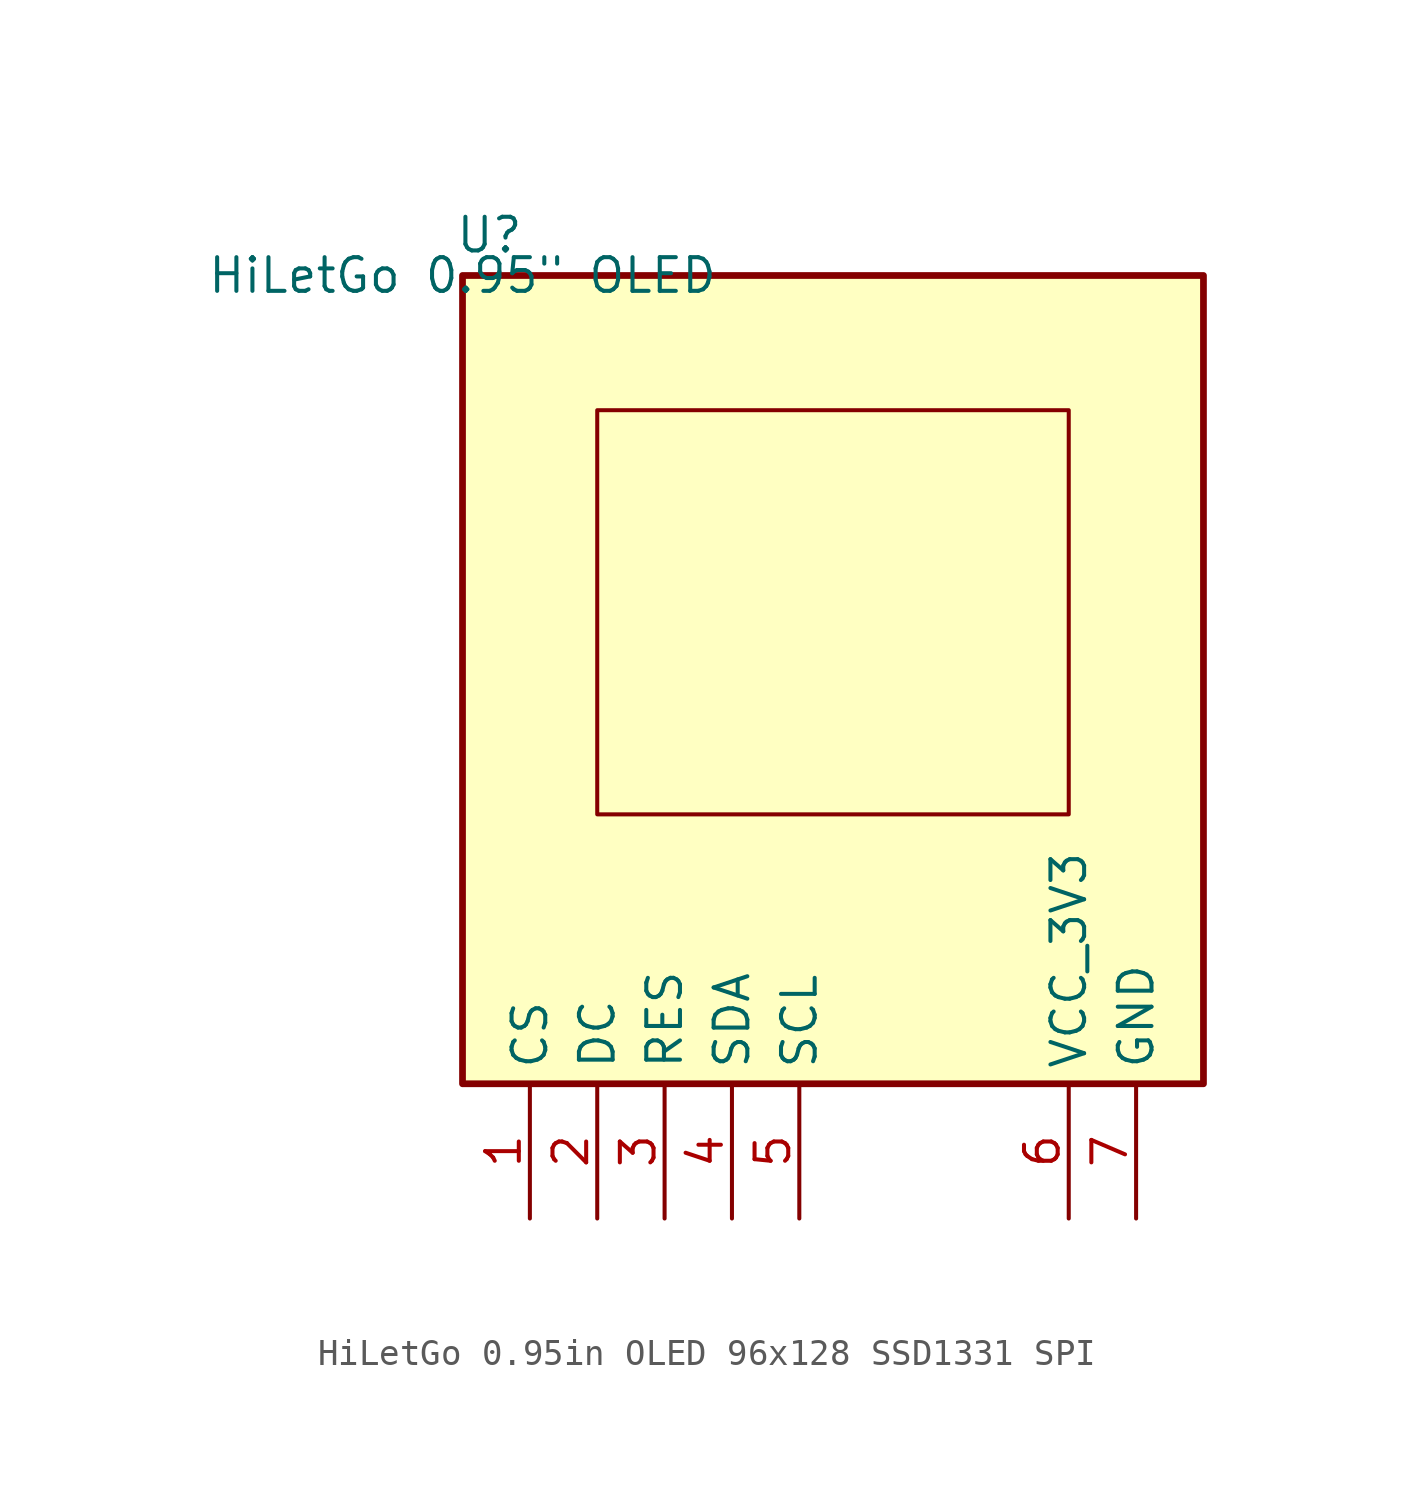
<source format=kicad_sym>
(kicad_symbol_lib
  (version 20231120)
  (generator "kicad_symbol_editor")
  (generator_version "8.0")
  (symbol "HiLetGo 0.95in OLED 96x128 SSD1331 SPI"
    (property "Reference" "U"
      (at 1.016 1.524 0)
      (effects (font (size 1.27 1.27))))
    (property "Value" "HiLetGo 0.95\" OLED"
      (at 0 0 0)
      (effects (font (size 1.27 1.27))))
    (symbol "HiLetGo 0.95in OLED 96x128 SSD1331 SPI_0_1"
      (rectangle (start 5.08 -5.08) (end 22.86 -20.32) (stroke (width 0) (type default)) (fill (type none))))
    (symbol "HiLetGo 0.95in OLED 96x128 SSD1331 SPI_1_1"
      (rectangle (start 0 0) (end 27.94 -30.48) (stroke (width 0.254) (type default)) (fill (type background)))
      (pin passive line (at 2.54 -35.56 90) (length 5.08) (name "CS" (effects (font (size 1.27 1.27)))) (number "1" (effects (font (size 1.27 1.27)))))
      (pin passive line (at 5.08 -35.56 90) (length 5.08) (name "DC" (effects (font (size 1.27 1.27)))) (number "2" (effects (font (size 1.27 1.27)))))
      (pin passive line (at 7.62 -35.56 90) (length 5.08) (name "RES" (effects (font (size 1.27 1.27)))) (number "3" (effects (font (size 1.27 1.27)))))
      (pin passive line (at 10.16 -35.56 90) (length 5.08) (name "SDA" (effects (font (size 1.27 1.27)))) (number "4" (effects (font (size 1.27 1.27)))))
      (pin passive line (at 12.7 -35.56 90) (length 5.08) (name "SCL" (effects (font (size 1.27 1.27)))) (number "5" (effects (font (size 1.27 1.27)))))
      (pin power_in line (at 22.86 -35.56 90) (length 5.08) (name "VCC_3V3" (effects (font (size 1.27 1.27)))) (number "6" (effects (font (size 1.27 1.27)))))
      (pin power_in line (at 25.4 -35.56 90) (length 5.08) (name "GND" (effects (font (size 1.27 1.27)))) (number "7" (effects (font (size 1.27 1.27))))))))
</source>
